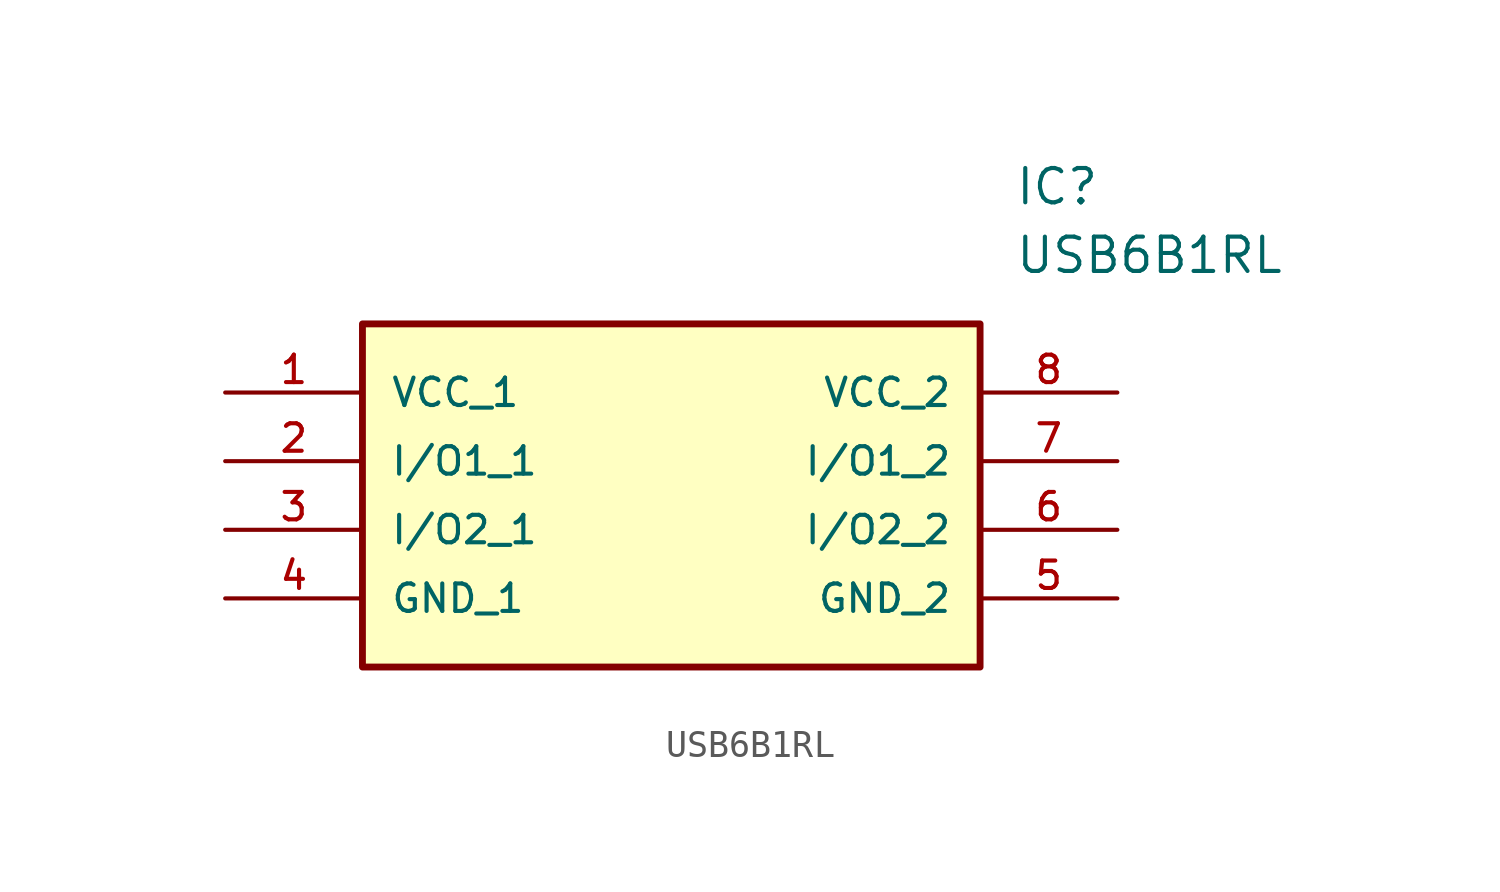
<source format=kicad_sym>
(kicad_symbol_lib
  (version 20211014)
  (generator kicad_symbol_editor)
  (symbol "USB6B1RL"
    (pin_names
      (offset 1.016))
    (property "Reference" "IC"
      (at 29.21 7.62 0)
      (effects (font (size 1.27 1.27)) (justify left)))
    (property "Value" "USB6B1RL"
      (at 29.21 5.08 0)
      (effects (font (size 1.27 1.27)) (justify left)))
    (symbol "USB6B1RL_0_0"
      (rectangle (start 5.08 -10.16) (end 27.94 2.54) (stroke (width 0.254)) (fill (type background)))
      (pin bidirectional line (at 0.0 0.0 0) (length 5.08) (name "VCC_1" (effects (font (size 1.016 1.016)))) (number "1" (effects (font (size 1.016 1.016)))))
      (pin bidirectional line (at 0.0 -2.54 0) (length 5.08) (name "I/O1_1" (effects (font (size 1.016 1.016)))) (number "2" (effects (font (size 1.016 1.016)))))
      (pin bidirectional line (at 0.0 -5.08 0) (length 5.08) (name "I/O2_1" (effects (font (size 1.016 1.016)))) (number "3" (effects (font (size 1.016 1.016)))))
      (pin bidirectional line (at 0.0 -7.62 0) (length 5.08) (name "GND_1" (effects (font (size 1.016 1.016)))) (number "4" (effects (font (size 1.016 1.016)))))
      (pin bidirectional line (at 33.02 0.0 180.0) (length 5.08) (name "VCC_2" (effects (font (size 1.016 1.016)))) (number "8" (effects (font (size 1.016 1.016)))))
      (pin bidirectional line (at 33.02 -2.54 180.0) (length 5.08) (name "I/O1_2" (effects (font (size 1.016 1.016)))) (number "7" (effects (font (size 1.016 1.016)))))
      (pin bidirectional line (at 33.02 -5.08 180.0) (length 5.08) (name "I/O2_2" (effects (font (size 1.016 1.016)))) (number "6" (effects (font (size 1.016 1.016)))))
      (pin bidirectional line (at 33.02 -7.62 180.0) (length 5.08) (name "GND_2" (effects (font (size 1.016 1.016)))) (number "5" (effects (font (size 1.016 1.016))))))))
</source>
